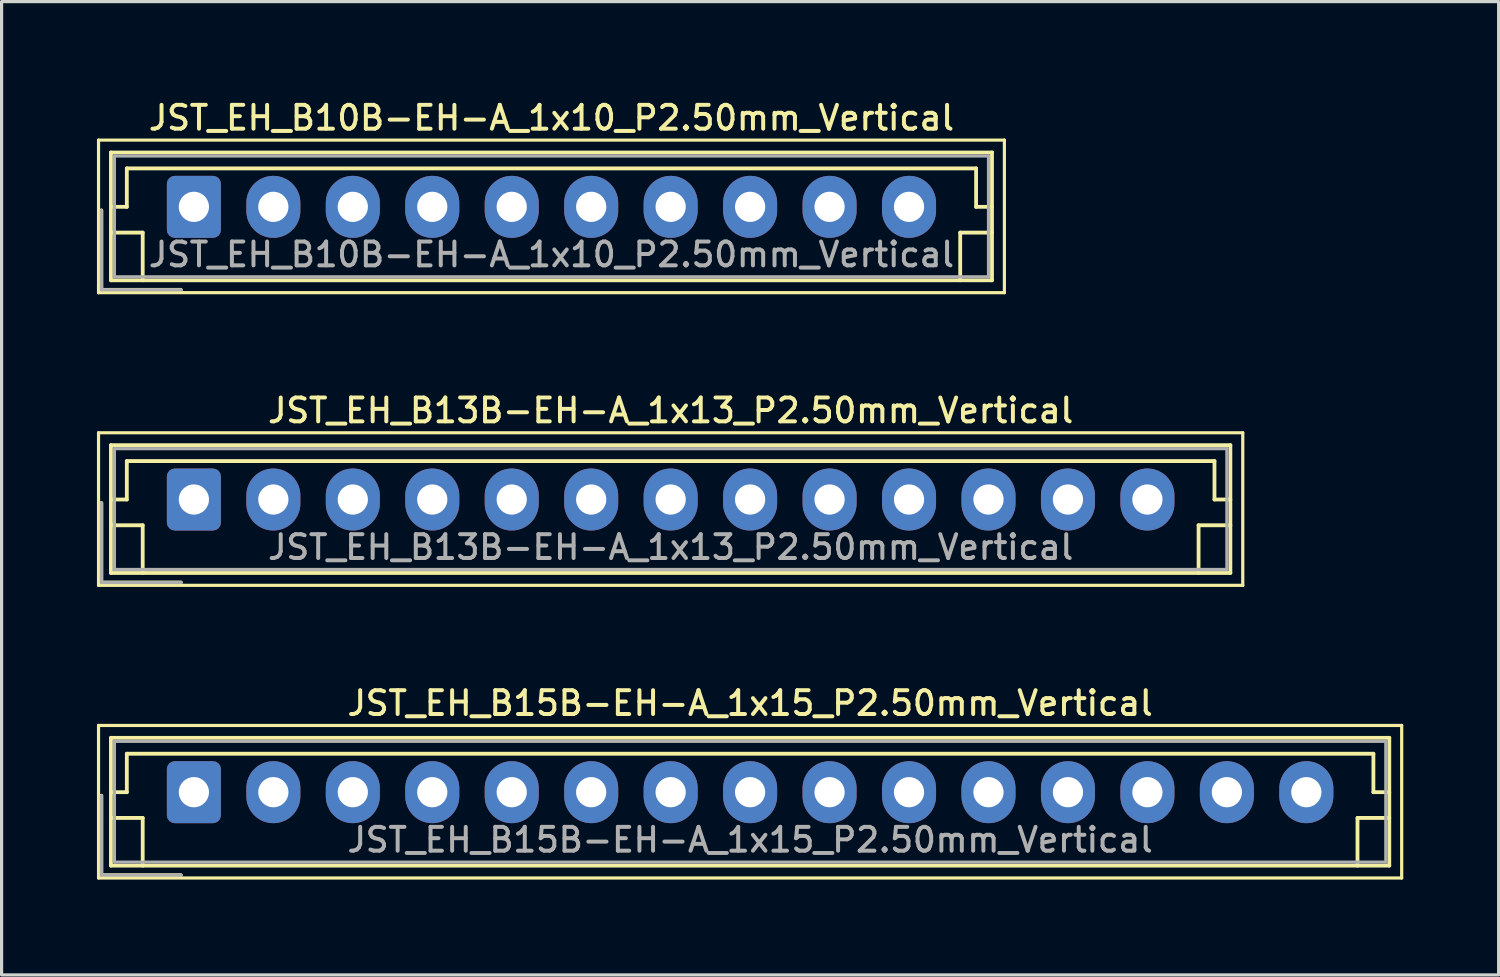
<source format=kicad_pcb>
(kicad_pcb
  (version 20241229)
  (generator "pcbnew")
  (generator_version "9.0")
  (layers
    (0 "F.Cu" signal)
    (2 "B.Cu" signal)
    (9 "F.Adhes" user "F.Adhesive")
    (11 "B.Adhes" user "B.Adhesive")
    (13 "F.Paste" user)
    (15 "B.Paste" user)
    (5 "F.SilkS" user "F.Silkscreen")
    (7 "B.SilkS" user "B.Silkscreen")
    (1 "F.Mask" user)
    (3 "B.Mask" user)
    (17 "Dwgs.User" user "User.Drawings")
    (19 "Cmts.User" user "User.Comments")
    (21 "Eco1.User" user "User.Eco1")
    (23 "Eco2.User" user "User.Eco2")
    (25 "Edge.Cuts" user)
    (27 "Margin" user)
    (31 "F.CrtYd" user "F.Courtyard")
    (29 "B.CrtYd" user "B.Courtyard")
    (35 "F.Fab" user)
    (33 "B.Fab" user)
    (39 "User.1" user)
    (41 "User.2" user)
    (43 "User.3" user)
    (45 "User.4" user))
  (footprint "JST_EH_B13B-EH-A_1x13_P2.50mm_Vertical"
    (layer "F.Cu")
    (at 3.05 12.666)
    (property "Reference" "JST_EH_B13B-EH-A_1x13_P2.50mm_Vertical" (at 15 -2.8 0) (layer "F.SilkS") (effects (font (size 0.75 0.75) (thickness 0.125))))
    (attr through_hole)
    (fp_line (start -3 -2.1) (end -3 2.7) (stroke (width 0.1) (type solid)) (layer "F.SilkS"))
    (fp_line (start -3 2.7) (end 33 2.7) (stroke (width 0.1) (type solid)) (layer "F.SilkS"))
    (fp_line (start -2.91 0.11) (end -2.91 2.61) (stroke (width 0.12) (type solid)) (layer "F.SilkS"))
    (fp_line (start -2.91 2.61) (end -0.41 2.61) (stroke (width 0.12) (type solid)) (layer "F.SilkS"))
    (fp_line (start -2.61 -1.71) (end -2.61 2.31) (stroke (width 0.12) (type solid)) (layer "F.SilkS"))
    (fp_line (start -2.61 0) (end -2.11 0) (stroke (width 0.12) (type solid)) (layer "F.SilkS"))
    (fp_line (start -2.61 0.81) (end -1.61 0.81) (stroke (width 0.12) (type solid)) (layer "F.SilkS"))
    (fp_line (start -2.61 2.31) (end 32.61 2.31) (stroke (width 0.12) (type solid)) (layer "F.SilkS"))
    (fp_line (start -2.11 -1.21) (end 32.11 -1.21) (stroke (width 0.12) (type solid)) (layer "F.SilkS"))
    (fp_line (start -2.11 0) (end -2.11 -1.21) (stroke (width 0.12) (type solid)) (layer "F.SilkS"))
    (fp_line (start -1.61 0.81) (end -1.61 2.31) (stroke (width 0.12) (type solid)) (layer "F.SilkS"))
    (fp_line (start 31.61 0.81) (end 31.61 2.31) (stroke (width 0.12) (type solid)) (layer "F.SilkS"))
    (fp_line (start 32.11 -1.21) (end 32.11 0) (stroke (width 0.12) (type solid)) (layer "F.SilkS"))
    (fp_line (start 32.11 0) (end 32.61 0) (stroke (width 0.12) (type solid)) (layer "F.SilkS"))
    (fp_line (start 32.61 -1.71) (end -2.61 -1.71) (stroke (width 0.12) (type solid)) (layer "F.SilkS"))
    (fp_line (start 32.61 0.81) (end 31.61 0.81) (stroke (width 0.12) (type solid)) (layer "F.SilkS"))
    (fp_line (start 32.61 2.31) (end 32.61 -1.71) (stroke (width 0.12) (type solid)) (layer "F.SilkS"))
    (fp_line (start 33 -2.1) (end -3 -2.1) (stroke (width 0.1) (type solid)) (layer "F.SilkS"))
    (fp_line (start 33 2.7) (end 33 -2.1) (stroke (width 0.1) (type solid)) (layer "F.SilkS"))
    (fp_line (start -2.91 0.11) (end -2.91 2.61) (stroke (width 0.1) (type solid)) (layer "F.Fab"))
    (fp_line (start -2.91 2.61) (end -0.41 2.61) (stroke (width 0.1) (type solid)) (layer "F.Fab"))
    (fp_line (start -2.5 -1.6) (end -2.5 2.2) (stroke (width 0.1) (type solid)) (layer "F.Fab"))
    (fp_line (start -2.5 2.2) (end 32.5 2.2) (stroke (width 0.1) (type solid)) (layer "F.Fab"))
    (fp_line (start 32.5 -1.6) (end -2.5 -1.6) (stroke (width 0.1) (type solid)) (layer "F.Fab"))
    (fp_line (start 32.5 2.2) (end 32.5 -1.6) (stroke (width 0.1) (type solid)) (layer "F.Fab"))
    (fp_text user "${REFERENCE}" (at 15 1.5 0) (layer "F.Fab") (effects (font (size 0.75 0.75) (thickness 0.125))))
    (pad "1" thru_hole roundrect (at 0 0) (size 1.7 1.95) (drill 0.95) (layers "*.Cu" "*.Mask") (roundrect_rratio 0.147))
    (pad "2" thru_hole oval (at 2.5 0) (size 1.7 1.95) (drill 0.95) (layers "*.Cu" "*.Mask"))
    (pad "3" thru_hole oval (at 5 0) (size 1.7 1.95) (drill 0.95) (layers "*.Cu" "*.Mask"))
    (pad "4" thru_hole oval (at 7.5 0) (size 1.7 1.95) (drill 0.95) (layers "*.Cu" "*.Mask"))
    (pad "5" thru_hole oval (at 10 0) (size 1.7 1.95) (drill 0.95) (layers "*.Cu" "*.Mask"))
    (pad "6" thru_hole oval (at 12.5 0) (size 1.7 1.95) (drill 0.95) (layers "*.Cu" "*.Mask"))
    (pad "7" thru_hole oval (at 15 0) (size 1.7 1.95) (drill 0.95) (layers "*.Cu" "*.Mask"))
    (pad "8" thru_hole oval (at 17.5 0) (size 1.7 1.95) (drill 0.95) (layers "*.Cu" "*.Mask"))
    (pad "9" thru_hole oval (at 20 0) (size 1.7 1.95) (drill 0.95) (layers "*.Cu" "*.Mask"))
    (pad "10" thru_hole oval (at 22.5 0) (size 1.7 1.95) (drill 0.95) (layers "*.Cu" "*.Mask"))
    (pad "11" thru_hole oval (at 25 0) (size 1.7 1.95) (drill 0.95) (layers "*.Cu" "*.Mask"))
    (pad "12" thru_hole oval (at 27.5 0) (size 1.7 1.95) (drill 0.95) (layers "*.Cu" "*.Mask"))
    (pad "13" thru_hole oval (at 30 0) (size 1.7 1.95) (drill 0.95) (layers "*.Cu" "*.Mask")))
  (footprint "JST_EH_B10B-EH-A_1x10_P2.50mm_Vertical"
    (layer "F.Cu")
    (at 3.05 3.458)
    (property "Reference" "JST_EH_B10B-EH-A_1x10_P2.50mm_Vertical" (at 11.25 -2.8 0) (layer "F.SilkS") (effects (font (size 0.75 0.75) (thickness 0.125))))
    (attr through_hole)
    (fp_line (start -3 -2.1) (end -3 2.7) (stroke (width 0.1) (type solid)) (layer "F.SilkS"))
    (fp_line (start -3 2.7) (end 25.5 2.7) (stroke (width 0.1) (type solid)) (layer "F.SilkS"))
    (fp_line (start -2.91 0.11) (end -2.91 2.61) (stroke (width 0.12) (type solid)) (layer "F.SilkS"))
    (fp_line (start -2.91 2.61) (end -0.41 2.61) (stroke (width 0.12) (type solid)) (layer "F.SilkS"))
    (fp_line (start -2.61 -1.71) (end -2.61 2.31) (stroke (width 0.12) (type solid)) (layer "F.SilkS"))
    (fp_line (start -2.61 0) (end -2.11 0) (stroke (width 0.12) (type solid)) (layer "F.SilkS"))
    (fp_line (start -2.61 0.81) (end -1.61 0.81) (stroke (width 0.12) (type solid)) (layer "F.SilkS"))
    (fp_line (start -2.61 2.31) (end 25.11 2.31) (stroke (width 0.12) (type solid)) (layer "F.SilkS"))
    (fp_line (start -2.11 -1.21) (end 24.61 -1.21) (stroke (width 0.12) (type solid)) (layer "F.SilkS"))
    (fp_line (start -2.11 0) (end -2.11 -1.21) (stroke (width 0.12) (type solid)) (layer "F.SilkS"))
    (fp_line (start -1.61 0.81) (end -1.61 2.31) (stroke (width 0.12) (type solid)) (layer "F.SilkS"))
    (fp_line (start 24.11 0.81) (end 24.11 2.31) (stroke (width 0.12) (type solid)) (layer "F.SilkS"))
    (fp_line (start 24.61 -1.21) (end 24.61 0) (stroke (width 0.12) (type solid)) (layer "F.SilkS"))
    (fp_line (start 24.61 0) (end 25.11 0) (stroke (width 0.12) (type solid)) (layer "F.SilkS"))
    (fp_line (start 25.11 -1.71) (end -2.61 -1.71) (stroke (width 0.12) (type solid)) (layer "F.SilkS"))
    (fp_line (start 25.11 0.81) (end 24.11 0.81) (stroke (width 0.12) (type solid)) (layer "F.SilkS"))
    (fp_line (start 25.11 2.31) (end 25.11 -1.71) (stroke (width 0.12) (type solid)) (layer "F.SilkS"))
    (fp_line (start 25.5 -2.1) (end -3 -2.1) (stroke (width 0.1) (type solid)) (layer "F.SilkS"))
    (fp_line (start 25.5 2.7) (end 25.5 -2.1) (stroke (width 0.1) (type solid)) (layer "F.SilkS"))
    (fp_line (start -2.91 0.11) (end -2.91 2.61) (stroke (width 0.1) (type solid)) (layer "F.Fab"))
    (fp_line (start -2.91 2.61) (end -0.41 2.61) (stroke (width 0.1) (type solid)) (layer "F.Fab"))
    (fp_line (start -2.5 -1.6) (end -2.5 2.2) (stroke (width 0.1) (type solid)) (layer "F.Fab"))
    (fp_line (start -2.5 2.2) (end 25 2.2) (stroke (width 0.1) (type solid)) (layer "F.Fab"))
    (fp_line (start 25 -1.6) (end -2.5 -1.6) (stroke (width 0.1) (type solid)) (layer "F.Fab"))
    (fp_line (start 25 2.2) (end 25 -1.6) (stroke (width 0.1) (type solid)) (layer "F.Fab"))
    (fp_text user "${REFERENCE}" (at 11.25 1.5 0) (layer "F.Fab") (effects (font (size 0.75 0.75) (thickness 0.125))))
    (pad "1" thru_hole roundrect (at 0 0) (size 1.7 1.95) (drill 0.95) (layers "*.Cu" "*.Mask") (roundrect_rratio 0.147))
    (pad "2" thru_hole oval (at 2.5 0) (size 1.7 1.95) (drill 0.95) (layers "*.Cu" "*.Mask"))
    (pad "3" thru_hole oval (at 5 0) (size 1.7 1.95) (drill 0.95) (layers "*.Cu" "*.Mask"))
    (pad "4" thru_hole oval (at 7.5 0) (size 1.7 1.95) (drill 0.95) (layers "*.Cu" "*.Mask"))
    (pad "5" thru_hole oval (at 10 0) (size 1.7 1.95) (drill 0.95) (layers "*.Cu" "*.Mask"))
    (pad "6" thru_hole oval (at 12.5 0) (size 1.7 1.95) (drill 0.95) (layers "*.Cu" "*.Mask"))
    (pad "7" thru_hole oval (at 15 0) (size 1.7 1.95) (drill 0.95) (layers "*.Cu" "*.Mask"))
    (pad "8" thru_hole oval (at 17.5 0) (size 1.7 1.95) (drill 0.95) (layers "*.Cu" "*.Mask"))
    (pad "9" thru_hole oval (at 20 0) (size 1.7 1.95) (drill 0.95) (layers "*.Cu" "*.Mask"))
    (pad "10" thru_hole oval (at 22.5 0) (size 1.7 1.95) (drill 0.95) (layers "*.Cu" "*.Mask")))
  (footprint "JST_EH_B15B-EH-A_1x15_P2.50mm_Vertical"
    (layer "F.Cu")
    (at 3.05 21.874)
    (property "Reference" "JST_EH_B15B-EH-A_1x15_P2.50mm_Vertical" (at 17.5 -2.8 0) (layer "F.SilkS") (effects (font (size 0.75 0.75) (thickness 0.125))))
    (attr through_hole)
    (fp_line (start -3 -2.1) (end -3 2.7) (stroke (width 0.1) (type solid)) (layer "F.SilkS"))
    (fp_line (start -3 2.7) (end 38 2.7) (stroke (width 0.1) (type solid)) (layer "F.SilkS"))
    (fp_line (start -2.91 0.11) (end -2.91 2.61) (stroke (width 0.12) (type solid)) (layer "F.SilkS"))
    (fp_line (start -2.91 2.61) (end -0.41 2.61) (stroke (width 0.12) (type solid)) (layer "F.SilkS"))
    (fp_line (start -2.61 -1.71) (end -2.61 2.31) (stroke (width 0.12) (type solid)) (layer "F.SilkS"))
    (fp_line (start -2.61 0) (end -2.11 0) (stroke (width 0.12) (type solid)) (layer "F.SilkS"))
    (fp_line (start -2.61 0.81) (end -1.61 0.81) (stroke (width 0.12) (type solid)) (layer "F.SilkS"))
    (fp_line (start -2.61 2.31) (end 37.61 2.31) (stroke (width 0.12) (type solid)) (layer "F.SilkS"))
    (fp_line (start -2.11 -1.21) (end 37.11 -1.21) (stroke (width 0.12) (type solid)) (layer "F.SilkS"))
    (fp_line (start -2.11 0) (end -2.11 -1.21) (stroke (width 0.12) (type solid)) (layer "F.SilkS"))
    (fp_line (start -1.61 0.81) (end -1.61 2.31) (stroke (width 0.12) (type solid)) (layer "F.SilkS"))
    (fp_line (start 36.61 0.81) (end 36.61 2.31) (stroke (width 0.12) (type solid)) (layer "F.SilkS"))
    (fp_line (start 37.11 -1.21) (end 37.11 0) (stroke (width 0.12) (type solid)) (layer "F.SilkS"))
    (fp_line (start 37.11 0) (end 37.61 0) (stroke (width 0.12) (type solid)) (layer "F.SilkS"))
    (fp_line (start 37.61 -1.71) (end -2.61 -1.71) (stroke (width 0.12) (type solid)) (layer "F.SilkS"))
    (fp_line (start 37.61 0.81) (end 36.61 0.81) (stroke (width 0.12) (type solid)) (layer "F.SilkS"))
    (fp_line (start 37.61 2.31) (end 37.61 -1.71) (stroke (width 0.12) (type solid)) (layer "F.SilkS"))
    (fp_line (start 38 -2.1) (end -3 -2.1) (stroke (width 0.1) (type solid)) (layer "F.SilkS"))
    (fp_line (start 38 2.7) (end 38 -2.1) (stroke (width 0.1) (type solid)) (layer "F.SilkS"))
    (fp_line (start -2.91 0.11) (end -2.91 2.61) (stroke (width 0.1) (type solid)) (layer "F.Fab"))
    (fp_line (start -2.91 2.61) (end -0.41 2.61) (stroke (width 0.1) (type solid)) (layer "F.Fab"))
    (fp_line (start -2.5 -1.6) (end -2.5 2.2) (stroke (width 0.1) (type solid)) (layer "F.Fab"))
    (fp_line (start -2.5 2.2) (end 37.5 2.2) (stroke (width 0.1) (type solid)) (layer "F.Fab"))
    (fp_line (start 37.5 -1.6) (end -2.5 -1.6) (stroke (width 0.1) (type solid)) (layer "F.Fab"))
    (fp_line (start 37.5 2.2) (end 37.5 -1.6) (stroke (width 0.1) (type solid)) (layer "F.Fab"))
    (fp_text user "${REFERENCE}" (at 17.5 1.5 0) (layer "F.Fab") (effects (font (size 0.75 0.75) (thickness 0.125))))
    (pad "1" thru_hole roundrect (at 0 0) (size 1.7 1.95) (drill 0.95) (layers "*.Cu" "*.Mask") (roundrect_rratio 0.147))
    (pad "2" thru_hole oval (at 2.5 0) (size 1.7 1.95) (drill 0.95) (layers "*.Cu" "*.Mask"))
    (pad "3" thru_hole oval (at 5 0) (size 1.7 1.95) (drill 0.95) (layers "*.Cu" "*.Mask"))
    (pad "4" thru_hole oval (at 7.5 0) (size 1.7 1.95) (drill 0.95) (layers "*.Cu" "*.Mask"))
    (pad "5" thru_hole oval (at 10 0) (size 1.7 1.95) (drill 0.95) (layers "*.Cu" "*.Mask"))
    (pad "6" thru_hole oval (at 12.5 0) (size 1.7 1.95) (drill 0.95) (layers "*.Cu" "*.Mask"))
    (pad "7" thru_hole oval (at 15 0) (size 1.7 1.95) (drill 0.95) (layers "*.Cu" "*.Mask"))
    (pad "8" thru_hole oval (at 17.5 0) (size 1.7 1.95) (drill 0.95) (layers "*.Cu" "*.Mask"))
    (pad "9" thru_hole oval (at 20 0) (size 1.7 1.95) (drill 0.95) (layers "*.Cu" "*.Mask"))
    (pad "10" thru_hole oval (at 22.5 0) (size 1.7 1.95) (drill 0.95) (layers "*.Cu" "*.Mask"))
    (pad "11" thru_hole oval (at 25 0) (size 1.7 1.95) (drill 0.95) (layers "*.Cu" "*.Mask"))
    (pad "12" thru_hole oval (at 27.5 0) (size 1.7 1.95) (drill 0.95) (layers "*.Cu" "*.Mask"))
    (pad "13" thru_hole oval (at 30 0) (size 1.7 1.95) (drill 0.95) (layers "*.Cu" "*.Mask"))
    (pad "14" thru_hole oval (at 32.5 0) (size 1.7 1.95) (drill 0.95) (layers "*.Cu" "*.Mask"))
    (pad "15" thru_hole oval (at 35 0) (size 1.7 1.95) (drill 0.95) (layers "*.Cu" "*.Mask")))
  (gr_rect
    (start -3 -3)
    (end 44.1 27.624)
    (stroke (width 0.1) (type default))
    (fill no)
    (layer "Edge.Cuts")))
</source>
